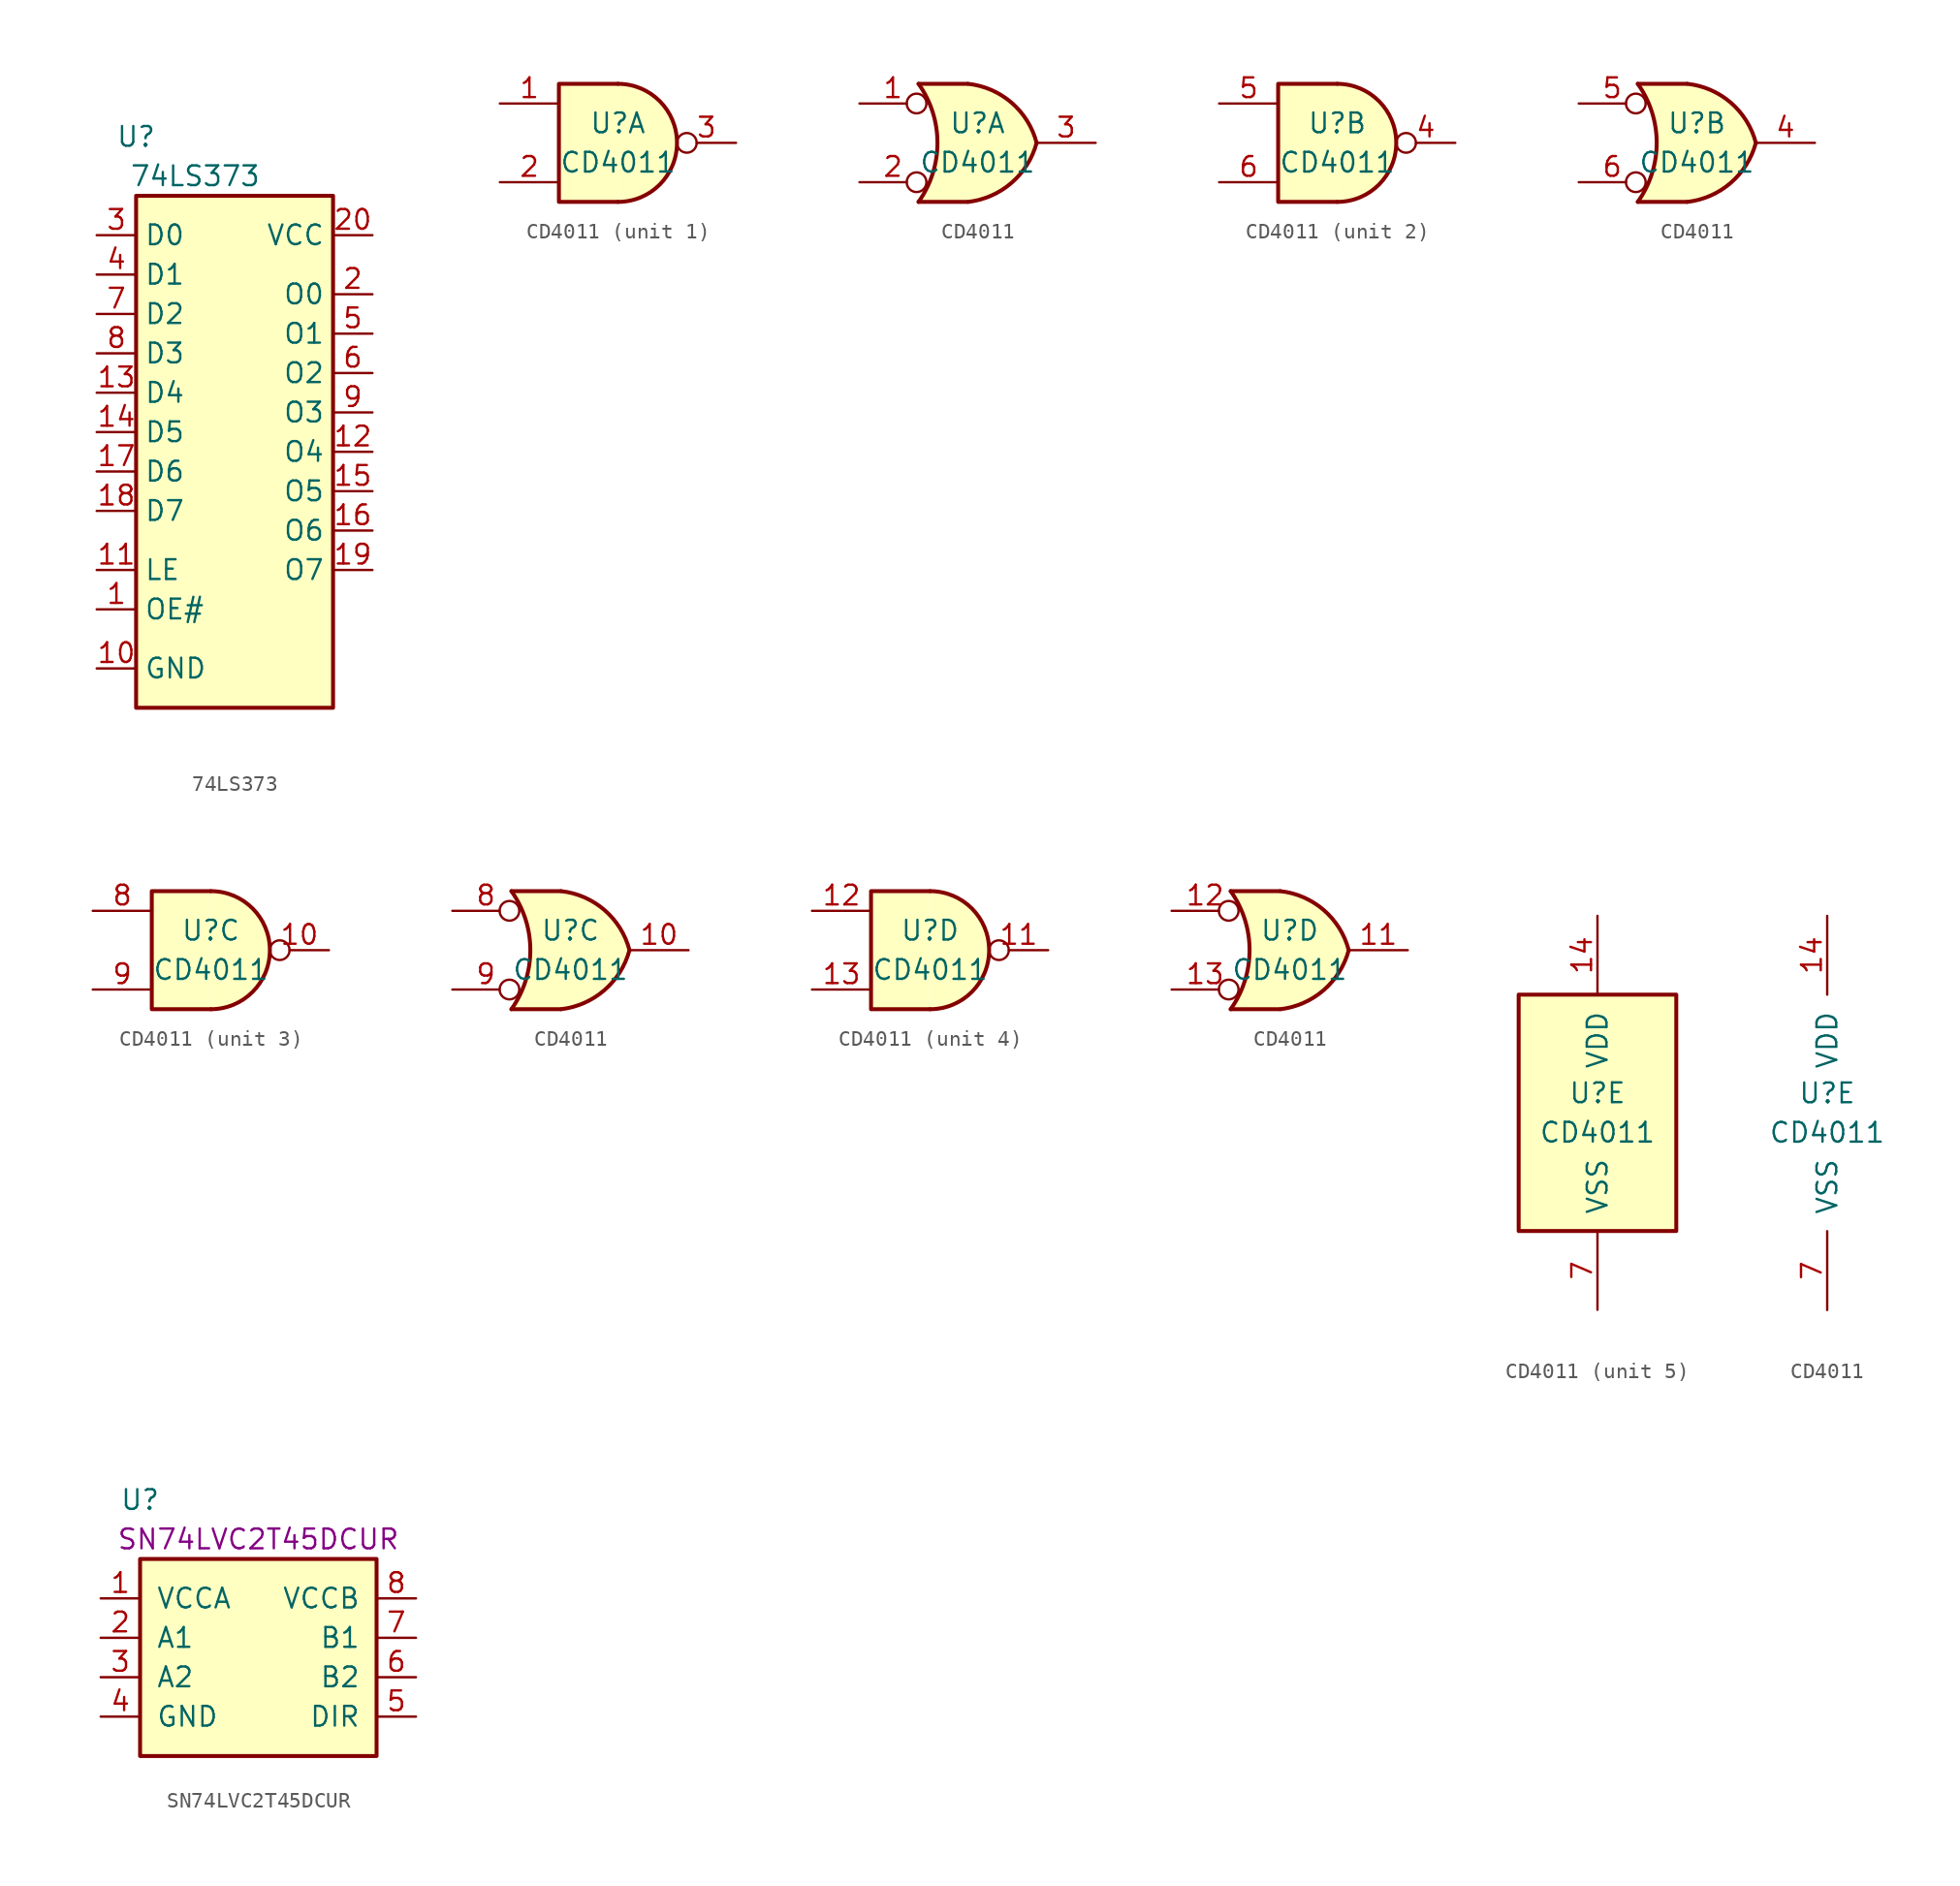
<source format=kicad_sym>
(kicad_symbol_lib
  (version 20211014)
  (generator kicad_symbol_editor)
  (symbol "74LS373"
    (property "Reference" "U"
      (at -6.35 21.59 0)
      (effects (font (size 1.27 1.27))))
    (property "Value" "74LS373"
      (at -2.54 19.05 0)
      (effects (font (size 1.27 1.27))))
    (symbol "74LS373_1_0"
      (pin input line (at -8.89 -8.89 0) (length 2.54) (name "OE#" (effects (font (size 1.27 1.27)))) (number "1" (effects (font (size 1.27 1.27)))))
      (pin power_in line (at -8.89 -12.7 0) (length 2.54) (name "GND" (effects (font (size 1.27 1.27)))) (number "10" (effects (font (size 1.27 1.27)))))
      (pin input line (at -8.89 -6.35 0) (length 2.54) (name "LE" (effects (font (size 1.27 1.27)))) (number "11" (effects (font (size 1.27 1.27)))))
      (pin tri_state line (at 8.89 1.27 180) (length 2.54) (name "O4" (effects (font (size 1.27 1.27)))) (number "12" (effects (font (size 1.27 1.27)))))
      (pin input line (at -8.89 5.08 0) (length 2.54) (name "D4" (effects (font (size 1.27 1.27)))) (number "13" (effects (font (size 1.27 1.27)))))
      (pin input line (at -8.89 2.54 0) (length 2.54) (name "D5" (effects (font (size 1.27 1.27)))) (number "14" (effects (font (size 1.27 1.27)))))
      (pin tri_state line (at 8.89 -1.27 180) (length 2.54) (name "O5" (effects (font (size 1.27 1.27)))) (number "15" (effects (font (size 1.27 1.27)))))
      (pin tri_state line (at 8.89 -3.81 180) (length 2.54) (name "O6" (effects (font (size 1.27 1.27)))) (number "16" (effects (font (size 1.27 1.27)))))
      (pin input line (at -8.89 0 0) (length 2.54) (name "D6" (effects (font (size 1.27 1.27)))) (number "17" (effects (font (size 1.27 1.27)))))
      (pin input line (at -8.89 -2.54 0) (length 2.54) (name "D7" (effects (font (size 1.27 1.27)))) (number "18" (effects (font (size 1.27 1.27)))))
      (pin tri_state line (at 8.89 -6.35 180) (length 2.54) (name "O7" (effects (font (size 1.27 1.27)))) (number "19" (effects (font (size 1.27 1.27)))))
      (pin tri_state line (at 8.89 11.43 180) (length 2.54) (name "O0" (effects (font (size 1.27 1.27)))) (number "2" (effects (font (size 1.27 1.27)))))
      (pin power_in line (at 8.89 15.24 180) (length 2.54) (name "VCC" (effects (font (size 1.27 1.27)))) (number "20" (effects (font (size 1.27 1.27)))))
      (pin input line (at -8.89 15.24 0) (length 2.54) (name "D0" (effects (font (size 1.27 1.27)))) (number "3" (effects (font (size 1.27 1.27)))))
      (pin input line (at -8.89 12.7 0) (length 2.54) (name "D1" (effects (font (size 1.27 1.27)))) (number "4" (effects (font (size 1.27 1.27)))))
      (pin tri_state line (at 8.89 8.89 180) (length 2.54) (name "O1" (effects (font (size 1.27 1.27)))) (number "5" (effects (font (size 1.27 1.27)))))
      (pin tri_state line (at 8.89 6.35 180) (length 2.54) (name "O2" (effects (font (size 1.27 1.27)))) (number "6" (effects (font (size 1.27 1.27)))))
      (pin input line (at -8.89 10.16 0) (length 2.54) (name "D2" (effects (font (size 1.27 1.27)))) (number "7" (effects (font (size 1.27 1.27)))))
      (pin input line (at -8.89 7.62 0) (length 2.54) (name "D3" (effects (font (size 1.27 1.27)))) (number "8" (effects (font (size 1.27 1.27)))))
      (pin tri_state line (at 8.89 3.81 180) (length 2.54) (name "O3" (effects (font (size 1.27 1.27)))) (number "9" (effects (font (size 1.27 1.27))))))
    (symbol "74LS373_1_1"
      (rectangle (start -6.35 17.78) (end 6.35 -15.24) (stroke (width 0.254) (type default) (color 0 0 0 0)) (fill (type background)))))
  (symbol "CD4011"
    (pin_names
      (offset 1.016))
    (property "Reference" "U"
      (at 0 1.27 0)
      (effects (font (size 1.27 1.27))))
    (property "Value" "CD4011"
      (at 0 -1.27 0)
      (effects (font (size 1.27 1.27))))
    (property "ki_locked" ""
      (at 0 0 0)
      (effects (font (size 1.27 1.27))))
    (symbol "CD4011_1_1"
      (arc (start 0 -3.81) (mid 3.81 0) (end 0 3.81) (stroke (width 0.254) (type default) (color 0 0 0 0)) (fill (type background)))
      (polyline (pts (xy 0 3.81) (xy -3.81 3.81) (xy -3.81 -3.81) (xy 0 -3.81)) (stroke (width 0.254) (type default) (color 0 0 0 0)) (fill (type background)))
      (pin input line (at -7.62 2.54 0) (length 3.81) (name "~" (effects (font (size 1.27 1.27)))) (number "1" (effects (font (size 1.27 1.27)))))
      (pin input line (at -7.62 -2.54 0) (length 3.81) (name "~" (effects (font (size 1.27 1.27)))) (number "2" (effects (font (size 1.27 1.27)))))
      (pin output inverted (at 7.62 0 180) (length 3.81) (name "~" (effects (font (size 1.27 1.27)))) (number "3" (effects (font (size 1.27 1.27))))))
    (symbol "CD4011_1_2"
      (arc (start -3.81 -3.81) (mid -2.589 0) (end -3.81 3.81) (stroke (width 0.254) (type default) (color 0 0 0 0)) (fill (type none)))
      (arc (start -0.6096 -3.81) (mid 2.1855 -2.584) (end 3.81 0) (stroke (width 0.254) (type default) (color 0 0 0 0)) (fill (type background)))
      (polyline (pts (xy -3.81 -3.81) (xy -0.635 -3.81)) (stroke (width 0.254) (type default) (color 0 0 0 0)) (fill (type background)))
      (polyline (pts (xy -3.81 3.81) (xy -0.635 3.81)) (stroke (width 0.254) (type default) (color 0 0 0 0)) (fill (type background)))
      (polyline (pts (xy -0.635 3.81) (xy -3.81 3.81) (xy -3.81 3.81) (xy -3.556 3.404) (xy -3.023 2.261) (xy -2.692 1.041) (xy -2.616 -0.254) (xy -2.769 -1.499) (xy -3.175 -2.718) (xy -3.81 -3.81) (xy -3.81 -3.81) (xy -0.635 -3.81)) (stroke (width -25.4) (type default) (color 0 0 0 0)) (fill (type background)))
      (arc (start 3.81 0) (mid 2.1928 2.5925) (end -0.6096 3.81) (stroke (width 0.254) (type default) (color 0 0 0 0)) (fill (type background)))
      (pin input inverted (at -7.62 2.54 0) (length 4.318) (name "~" (effects (font (size 1.27 1.27)))) (number "1" (effects (font (size 1.27 1.27)))))
      (pin input inverted (at -7.62 -2.54 0) (length 4.318) (name "~" (effects (font (size 1.27 1.27)))) (number "2" (effects (font (size 1.27 1.27)))))
      (pin output line (at 7.62 0 180) (length 3.81) (name "~" (effects (font (size 1.27 1.27)))) (number "3" (effects (font (size 1.27 1.27))))))
    (symbol "CD4011_2_1"
      (arc (start 0 -3.81) (mid 3.81 0) (end 0 3.81) (stroke (width 0.254) (type default) (color 0 0 0 0)) (fill (type background)))
      (polyline (pts (xy 0 3.81) (xy -3.81 3.81) (xy -3.81 -3.81) (xy 0 -3.81)) (stroke (width 0.254) (type default) (color 0 0 0 0)) (fill (type background)))
      (pin output inverted (at 7.62 0 180) (length 3.81) (name "~" (effects (font (size 1.27 1.27)))) (number "4" (effects (font (size 1.27 1.27)))))
      (pin input line (at -7.62 2.54 0) (length 3.81) (name "~" (effects (font (size 1.27 1.27)))) (number "5" (effects (font (size 1.27 1.27)))))
      (pin input line (at -7.62 -2.54 0) (length 3.81) (name "~" (effects (font (size 1.27 1.27)))) (number "6" (effects (font (size 1.27 1.27))))))
    (symbol "CD4011_2_2"
      (arc (start -3.81 -3.81) (mid -2.589 0) (end -3.81 3.81) (stroke (width 0.254) (type default) (color 0 0 0 0)) (fill (type none)))
      (arc (start -0.6096 -3.81) (mid 2.1855 -2.584) (end 3.81 0) (stroke (width 0.254) (type default) (color 0 0 0 0)) (fill (type background)))
      (polyline (pts (xy -3.81 -3.81) (xy -0.635 -3.81)) (stroke (width 0.254) (type default) (color 0 0 0 0)) (fill (type background)))
      (polyline (pts (xy -3.81 3.81) (xy -0.635 3.81)) (stroke (width 0.254) (type default) (color 0 0 0 0)) (fill (type background)))
      (polyline (pts (xy -0.635 3.81) (xy -3.81 3.81) (xy -3.81 3.81) (xy -3.556 3.404) (xy -3.023 2.261) (xy -2.692 1.041) (xy -2.616 -0.254) (xy -2.769 -1.499) (xy -3.175 -2.718) (xy -3.81 -3.81) (xy -3.81 -3.81) (xy -0.635 -3.81)) (stroke (width -25.4) (type default) (color 0 0 0 0)) (fill (type background)))
      (arc (start 3.81 0) (mid 2.1928 2.5925) (end -0.6096 3.81) (stroke (width 0.254) (type default) (color 0 0 0 0)) (fill (type background)))
      (pin output line (at 7.62 0 180) (length 3.81) (name "~" (effects (font (size 1.27 1.27)))) (number "4" (effects (font (size 1.27 1.27)))))
      (pin input inverted (at -7.62 2.54 0) (length 4.318) (name "~" (effects (font (size 1.27 1.27)))) (number "5" (effects (font (size 1.27 1.27)))))
      (pin input inverted (at -7.62 -2.54 0) (length 4.318) (name "~" (effects (font (size 1.27 1.27)))) (number "6" (effects (font (size 1.27 1.27))))))
    (symbol "CD4011_3_1"
      (arc (start 0 -3.81) (mid 3.81 0) (end 0 3.81) (stroke (width 0.254) (type default) (color 0 0 0 0)) (fill (type background)))
      (polyline (pts (xy 0 3.81) (xy -3.81 3.81) (xy -3.81 -3.81) (xy 0 -3.81)) (stroke (width 0.254) (type default) (color 0 0 0 0)) (fill (type background)))
      (pin output inverted (at 7.62 0 180) (length 3.81) (name "~" (effects (font (size 1.27 1.27)))) (number "10" (effects (font (size 1.27 1.27)))))
      (pin input line (at -7.62 2.54 0) (length 3.81) (name "~" (effects (font (size 1.27 1.27)))) (number "8" (effects (font (size 1.27 1.27)))))
      (pin input line (at -7.62 -2.54 0) (length 3.81) (name "~" (effects (font (size 1.27 1.27)))) (number "9" (effects (font (size 1.27 1.27))))))
    (symbol "CD4011_3_2"
      (arc (start -3.81 -3.81) (mid -2.589 0) (end -3.81 3.81) (stroke (width 0.254) (type default) (color 0 0 0 0)) (fill (type none)))
      (arc (start -0.6096 -3.81) (mid 2.1855 -2.584) (end 3.81 0) (stroke (width 0.254) (type default) (color 0 0 0 0)) (fill (type background)))
      (polyline (pts (xy -3.81 -3.81) (xy -0.635 -3.81)) (stroke (width 0.254) (type default) (color 0 0 0 0)) (fill (type background)))
      (polyline (pts (xy -3.81 3.81) (xy -0.635 3.81)) (stroke (width 0.254) (type default) (color 0 0 0 0)) (fill (type background)))
      (polyline (pts (xy -0.635 3.81) (xy -3.81 3.81) (xy -3.81 3.81) (xy -3.556 3.404) (xy -3.023 2.261) (xy -2.692 1.041) (xy -2.616 -0.254) (xy -2.769 -1.499) (xy -3.175 -2.718) (xy -3.81 -3.81) (xy -3.81 -3.81) (xy -0.635 -3.81)) (stroke (width -25.4) (type default) (color 0 0 0 0)) (fill (type background)))
      (arc (start 3.81 0) (mid 2.1928 2.5925) (end -0.6096 3.81) (stroke (width 0.254) (type default) (color 0 0 0 0)) (fill (type background)))
      (pin output line (at 7.62 0 180) (length 3.81) (name "~" (effects (font (size 1.27 1.27)))) (number "10" (effects (font (size 1.27 1.27)))))
      (pin input inverted (at -7.62 2.54 0) (length 4.318) (name "~" (effects (font (size 1.27 1.27)))) (number "8" (effects (font (size 1.27 1.27)))))
      (pin input inverted (at -7.62 -2.54 0) (length 4.318) (name "~" (effects (font (size 1.27 1.27)))) (number "9" (effects (font (size 1.27 1.27))))))
    (symbol "CD4011_4_1"
      (arc (start 0 -3.81) (mid 3.81 0) (end 0 3.81) (stroke (width 0.254) (type default) (color 0 0 0 0)) (fill (type background)))
      (polyline (pts (xy 0 3.81) (xy -3.81 3.81) (xy -3.81 -3.81) (xy 0 -3.81)) (stroke (width 0.254) (type default) (color 0 0 0 0)) (fill (type background)))
      (pin output inverted (at 7.62 0 180) (length 3.81) (name "~" (effects (font (size 1.27 1.27)))) (number "11" (effects (font (size 1.27 1.27)))))
      (pin input line (at -7.62 2.54 0) (length 3.81) (name "~" (effects (font (size 1.27 1.27)))) (number "12" (effects (font (size 1.27 1.27)))))
      (pin input line (at -7.62 -2.54 0) (length 3.81) (name "~" (effects (font (size 1.27 1.27)))) (number "13" (effects (font (size 1.27 1.27))))))
    (symbol "CD4011_4_2"
      (arc (start -3.81 -3.81) (mid -2.589 0) (end -3.81 3.81) (stroke (width 0.254) (type default) (color 0 0 0 0)) (fill (type none)))
      (arc (start -0.6096 -3.81) (mid 2.1855 -2.584) (end 3.81 0) (stroke (width 0.254) (type default) (color 0 0 0 0)) (fill (type background)))
      (polyline (pts (xy -3.81 -3.81) (xy -0.635 -3.81)) (stroke (width 0.254) (type default) (color 0 0 0 0)) (fill (type background)))
      (polyline (pts (xy -3.81 3.81) (xy -0.635 3.81)) (stroke (width 0.254) (type default) (color 0 0 0 0)) (fill (type background)))
      (polyline (pts (xy -0.635 3.81) (xy -3.81 3.81) (xy -3.81 3.81) (xy -3.556 3.404) (xy -3.023 2.261) (xy -2.692 1.041) (xy -2.616 -0.254) (xy -2.769 -1.499) (xy -3.175 -2.718) (xy -3.81 -3.81) (xy -3.81 -3.81) (xy -0.635 -3.81)) (stroke (width -25.4) (type default) (color 0 0 0 0)) (fill (type background)))
      (arc (start 3.81 0) (mid 2.1928 2.5925) (end -0.6096 3.81) (stroke (width 0.254) (type default) (color 0 0 0 0)) (fill (type background)))
      (pin output line (at 7.62 0 180) (length 3.81) (name "~" (effects (font (size 1.27 1.27)))) (number "11" (effects (font (size 1.27 1.27)))))
      (pin input inverted (at -7.62 2.54 0) (length 4.318) (name "~" (effects (font (size 1.27 1.27)))) (number "12" (effects (font (size 1.27 1.27)))))
      (pin input inverted (at -7.62 -2.54 0) (length 4.318) (name "~" (effects (font (size 1.27 1.27)))) (number "13" (effects (font (size 1.27 1.27))))))
    (symbol "CD4011_5_0"
      (pin power_in line (at 0 12.7 270) (length 5.08) (name "VDD" (effects (font (size 1.27 1.27)))) (number "14" (effects (font (size 1.27 1.27)))))
      (pin power_in line (at 0 -12.7 90) (length 5.08) (name "VSS" (effects (font (size 1.27 1.27)))) (number "7" (effects (font (size 1.27 1.27))))))
    (symbol "CD4011_5_1"
      (rectangle (start -5.08 7.62) (end 5.08 -7.62) (stroke (width 0.254) (type default) (color 0 0 0 0)) (fill (type background)))))
  (symbol "SN74LVC2T45DCUR"
    (pin_names
      (offset 1.016))
    (property "Reference" "U"
      (at -7.62 10.16 0)
      (effects (font (size 1.27 1.27))))
    (property "Comment" "SN74LVC2T45DCUR"
      (at 0 7.62 0)
      (effects (font (size 1.27 1.27))))
    (symbol "SN74LVC2T45DCUR_1_1"
      (rectangle (start -7.62 6.35) (end 7.62 -6.35) (stroke (width 0.254) (type default) (color 0 0 0 0)) (fill (type background)))
      (pin power_in line (at -10.16 3.81 0) (length 2.54) (name "VCCA" (effects (font (size 1.27 1.27)))) (number "1" (effects (font (size 1.27 1.27)))))
      (pin bidirectional line (at -10.16 1.27 0) (length 2.54) (name "A1" (effects (font (size 1.27 1.27)))) (number "2" (effects (font (size 1.27 1.27)))))
      (pin bidirectional line (at -10.16 -1.27 0) (length 2.54) (name "A2" (effects (font (size 1.27 1.27)))) (number "3" (effects (font (size 1.27 1.27)))))
      (pin power_in line (at -10.16 -3.81 0) (length 2.54) (name "GND" (effects (font (size 1.27 1.27)))) (number "4" (effects (font (size 1.27 1.27)))))
      (pin input line (at 10.16 -3.81 180) (length 2.54) (name "DIR" (effects (font (size 1.27 1.27)))) (number "5" (effects (font (size 1.27 1.27)))))
      (pin bidirectional line (at 10.16 -1.27 180) (length 2.54) (name "B2" (effects (font (size 1.27 1.27)))) (number "6" (effects (font (size 1.27 1.27)))))
      (pin bidirectional line (at 10.16 1.27 180) (length 2.54) (name "B1" (effects (font (size 1.27 1.27)))) (number "7" (effects (font (size 1.27 1.27)))))
      (pin power_in line (at 10.16 3.81 180) (length 2.54) (name "VCCB" (effects (font (size 1.27 1.27)))) (number "8" (effects (font (size 1.27 1.27))))))))
</source>
